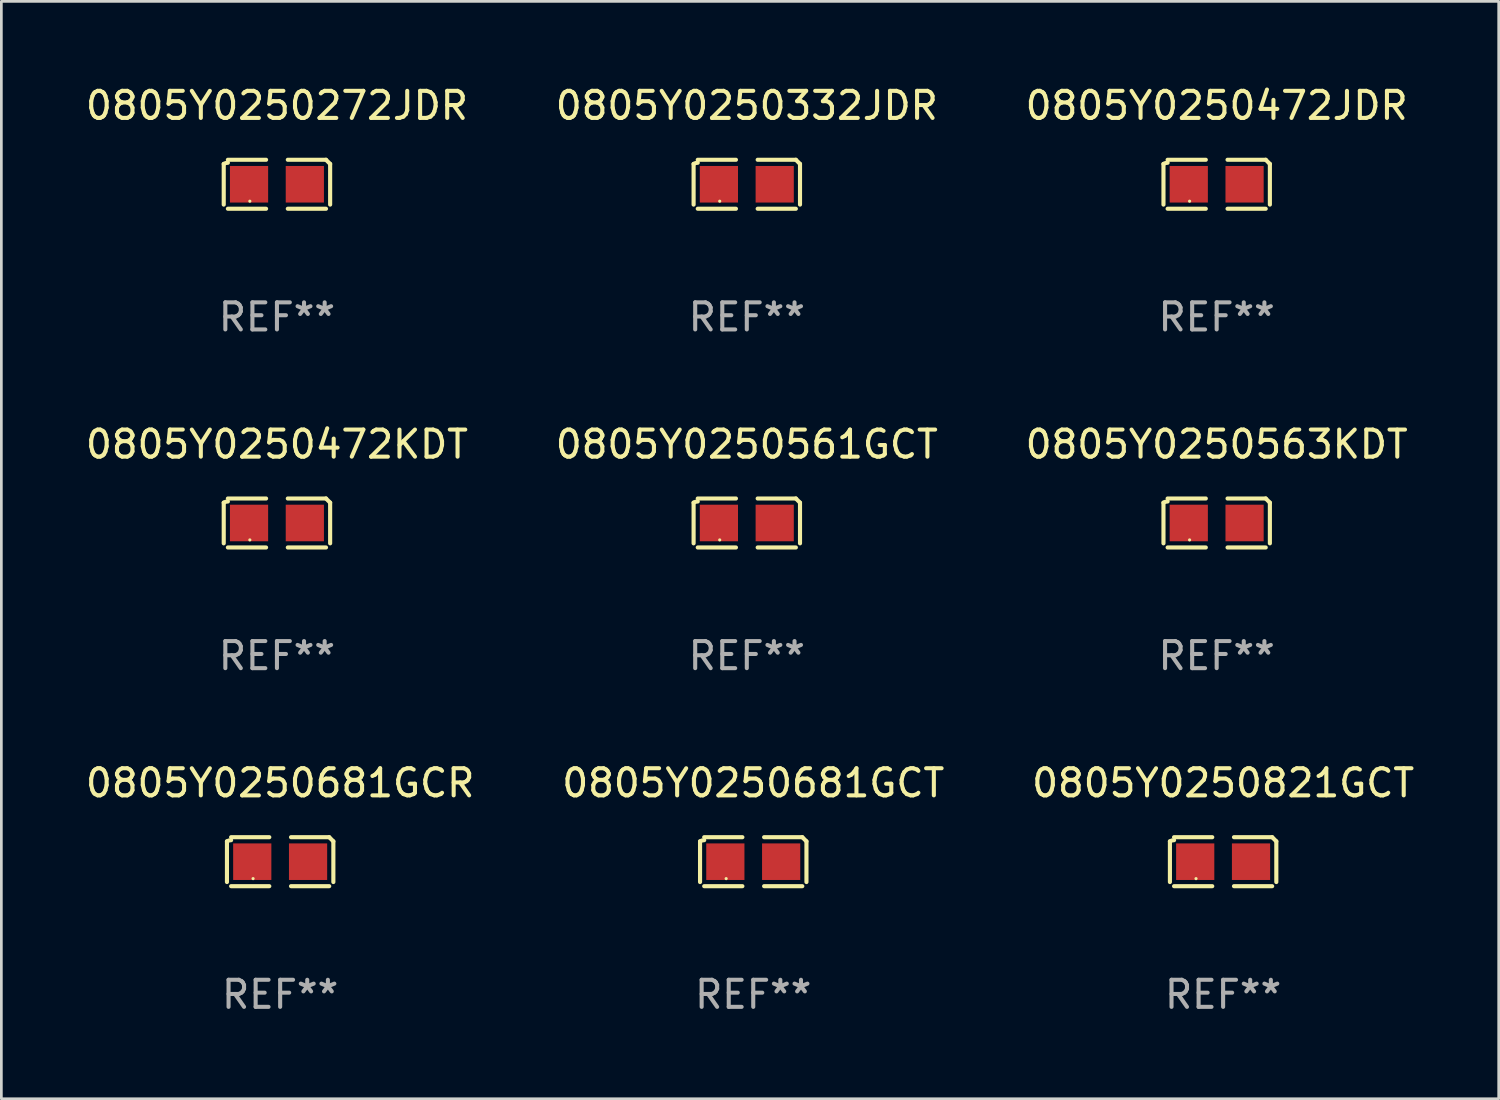
<source format=kicad_pcb>
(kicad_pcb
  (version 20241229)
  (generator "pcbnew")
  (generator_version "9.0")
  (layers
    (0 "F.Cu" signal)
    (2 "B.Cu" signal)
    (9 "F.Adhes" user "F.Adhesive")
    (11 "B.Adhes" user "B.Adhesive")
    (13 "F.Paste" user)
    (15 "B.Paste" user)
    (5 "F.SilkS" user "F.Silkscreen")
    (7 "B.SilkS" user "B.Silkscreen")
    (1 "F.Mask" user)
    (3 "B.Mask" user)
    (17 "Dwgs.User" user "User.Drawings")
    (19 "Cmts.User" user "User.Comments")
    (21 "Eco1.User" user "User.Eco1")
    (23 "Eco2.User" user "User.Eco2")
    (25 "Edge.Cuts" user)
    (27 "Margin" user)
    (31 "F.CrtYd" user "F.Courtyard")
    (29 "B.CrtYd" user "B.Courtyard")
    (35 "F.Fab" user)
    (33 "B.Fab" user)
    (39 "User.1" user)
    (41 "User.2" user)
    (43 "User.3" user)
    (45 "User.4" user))
  (footprint "0805Y0250272JDR"
    (layer "F.Cu")
    (at 7.173 3.752)
    (property "Reference" "0805Y0250272JDR" (at 0 -2.904 0) (layer "F.SilkS") (effects (font (size 1 1) (thickness 0.15))))
    (attr through_hole)
    (fp_line (start -1.964 0.751) (end -1.964 -0.751) (stroke (width 0.152) (type solid)) (layer "F.SilkS"))
    (fp_line (start -1.811 -0.904) (end -0.401 -0.904) (stroke (width 0.152) (type solid)) (layer "F.SilkS"))
    (fp_line (start -0.401 0.904) (end -1.811 0.904) (stroke (width 0.152) (type solid)) (layer "F.SilkS"))
    (fp_line (start 0.401 0.904) (end 1.811 0.904) (stroke (width 0.152) (type solid)) (layer "F.SilkS"))
    (fp_line (start 1.811 -0.904) (end 0.401 -0.904) (stroke (width 0.152) (type solid)) (layer "F.SilkS"))
    (fp_line (start 1.964 0.751) (end 1.964 -0.751) (stroke (width 0.152) (type solid)) (layer "F.SilkS"))
    (fp_arc (start -1.963602 -0.751207) (mid -1.890354 -0.783131) (end -1.811201 -0.794044) (stroke (width 0.1524) (type solid)) (layer "F.SilkS"))
    (fp_arc (start 1.811202 -0.903607) (mid 1.887413 -0.827418) (end 1.963602 -0.751207) (stroke (width 0.1524) (type solid)) (layer "F.SilkS"))
    (fp_circle (center -1 0.625) (end -0.97 0.625) (stroke (width 0.06) (type solid)) (fill no) (layer "F.SilkS"))
    (fp_text user "REF**" (at 0 4.904 0) (layer "F.Fab") (effects (font (size 1 1) (thickness 0.15))))
    (pad "1" smd rect (at -1.03 0) (size 1.41 1.35) (layers "F.Cu" "F.Mask" "F.Paste"))
    (pad "2" smd rect (at 1.03 0) (size 1.41 1.35) (layers "F.Cu" "F.Mask" "F.Paste")))
  (footprint "0805Y0250472JDR"
    (layer "F.Cu")
    (at 41.863 3.752)
    (property "Reference" "0805Y0250472JDR" (at 0 -2.904 0) (layer "F.SilkS") (effects (font (size 1 1) (thickness 0.15))))
    (attr through_hole)
    (fp_line (start -1.964 0.751) (end -1.964 -0.751) (stroke (width 0.152) (type solid)) (layer "F.SilkS"))
    (fp_line (start -1.811 -0.904) (end -0.401 -0.904) (stroke (width 0.152) (type solid)) (layer "F.SilkS"))
    (fp_line (start -0.401 0.904) (end -1.811 0.904) (stroke (width 0.152) (type solid)) (layer "F.SilkS"))
    (fp_line (start 0.401 0.904) (end 1.811 0.904) (stroke (width 0.152) (type solid)) (layer "F.SilkS"))
    (fp_line (start 1.811 -0.904) (end 0.401 -0.904) (stroke (width 0.152) (type solid)) (layer "F.SilkS"))
    (fp_line (start 1.964 0.751) (end 1.964 -0.751) (stroke (width 0.152) (type solid)) (layer "F.SilkS"))
    (fp_arc (start -1.963602 -0.751207) (mid -1.890354 -0.783131) (end -1.811201 -0.794044) (stroke (width 0.1524) (type solid)) (layer "F.SilkS"))
    (fp_arc (start 1.811202 -0.903607) (mid 1.887413 -0.827418) (end 1.963602 -0.751207) (stroke (width 0.1524) (type solid)) (layer "F.SilkS"))
    (fp_circle (center -1 0.625) (end -0.97 0.625) (stroke (width 0.06) (type solid)) (fill no) (layer "F.SilkS"))
    (fp_text user "REF**" (at 0 4.904 0) (layer "F.Fab") (effects (font (size 1 1) (thickness 0.15))))
    (pad "1" smd rect (at -1.03 0) (size 1.41 1.35) (layers "F.Cu" "F.Mask" "F.Paste"))
    (pad "2" smd rect (at 1.03 0) (size 1.41 1.35) (layers "F.Cu" "F.Mask" "F.Paste")))
  (footprint "0805Y0250821GCT"
    (layer "F.Cu")
    (at 42.101 28.759)
    (property "Reference" "0805Y0250821GCT" (at 0 -2.904 0) (layer "F.SilkS") (effects (font (size 1 1) (thickness 0.15))))
    (attr through_hole)
    (fp_line (start -1.964 0.751) (end -1.964 -0.751) (stroke (width 0.152) (type solid)) (layer "F.SilkS"))
    (fp_line (start -1.811 -0.904) (end -0.401 -0.904) (stroke (width 0.152) (type solid)) (layer "F.SilkS"))
    (fp_line (start -0.401 0.904) (end -1.811 0.904) (stroke (width 0.152) (type solid)) (layer "F.SilkS"))
    (fp_line (start 0.401 0.904) (end 1.811 0.904) (stroke (width 0.152) (type solid)) (layer "F.SilkS"))
    (fp_line (start 1.811 -0.904) (end 0.401 -0.904) (stroke (width 0.152) (type solid)) (layer "F.SilkS"))
    (fp_line (start 1.964 0.751) (end 1.964 -0.751) (stroke (width 0.152) (type solid)) (layer "F.SilkS"))
    (fp_arc (start -1.963602 -0.751207) (mid -1.890354 -0.783131) (end -1.811201 -0.794044) (stroke (width 0.1524) (type solid)) (layer "F.SilkS"))
    (fp_arc (start 1.811202 -0.903607) (mid 1.887413 -0.827418) (end 1.963602 -0.751207) (stroke (width 0.1524) (type solid)) (layer "F.SilkS"))
    (fp_circle (center -1 0.625) (end -0.97 0.625) (stroke (width 0.06) (type solid)) (fill no) (layer "F.SilkS"))
    (fp_text user "REF**" (at 0 4.904 0) (layer "F.Fab") (effects (font (size 1 1) (thickness 0.15))))
    (pad "1" smd rect (at -1.03 0) (size 1.41 1.35) (layers "F.Cu" "F.Mask" "F.Paste"))
    (pad "2" smd rect (at 1.03 0) (size 1.41 1.35) (layers "F.Cu" "F.Mask" "F.Paste")))
  (footprint "0805Y0250563KDT"
    (layer "F.Cu")
    (at 41.863 16.256)
    (property "Reference" "0805Y0250563KDT" (at 0 -2.904 0) (layer "F.SilkS") (effects (font (size 1 1) (thickness 0.15))))
    (attr through_hole)
    (fp_line (start -1.964 0.751) (end -1.964 -0.751) (stroke (width 0.152) (type solid)) (layer "F.SilkS"))
    (fp_line (start -1.811 -0.904) (end -0.401 -0.904) (stroke (width 0.152) (type solid)) (layer "F.SilkS"))
    (fp_line (start -0.401 0.904) (end -1.811 0.904) (stroke (width 0.152) (type solid)) (layer "F.SilkS"))
    (fp_line (start 0.401 0.904) (end 1.811 0.904) (stroke (width 0.152) (type solid)) (layer "F.SilkS"))
    (fp_line (start 1.811 -0.904) (end 0.401 -0.904) (stroke (width 0.152) (type solid)) (layer "F.SilkS"))
    (fp_line (start 1.964 0.751) (end 1.964 -0.751) (stroke (width 0.152) (type solid)) (layer "F.SilkS"))
    (fp_arc (start -1.963602 -0.751207) (mid -1.890354 -0.783131) (end -1.811201 -0.794044) (stroke (width 0.1524) (type solid)) (layer "F.SilkS"))
    (fp_arc (start 1.811202 -0.903607) (mid 1.887413 -0.827418) (end 1.963602 -0.751207) (stroke (width 0.1524) (type solid)) (layer "F.SilkS"))
    (fp_circle (center -1 0.625) (end -0.97 0.625) (stroke (width 0.06) (type solid)) (fill no) (layer "F.SilkS"))
    (fp_text user "REF**" (at 0 4.904 0) (layer "F.Fab") (effects (font (size 1 1) (thickness 0.15))))
    (pad "1" smd rect (at -1.03 0) (size 1.41 1.35) (layers "F.Cu" "F.Mask" "F.Paste"))
    (pad "2" smd rect (at 1.03 0) (size 1.41 1.35) (layers "F.Cu" "F.Mask" "F.Paste")))
  (footprint "0805Y0250681GCR"
    (layer "F.Cu")
    (at 7.292 28.759)
    (property "Reference" "0805Y0250681GCR" (at 0 -2.904 0) (layer "F.SilkS") (effects (font (size 1 1) (thickness 0.15))))
    (attr through_hole)
    (fp_line (start -1.964 0.751) (end -1.964 -0.751) (stroke (width 0.152) (type solid)) (layer "F.SilkS"))
    (fp_line (start -1.811 -0.904) (end -0.401 -0.904) (stroke (width 0.152) (type solid)) (layer "F.SilkS"))
    (fp_line (start -0.401 0.904) (end -1.811 0.904) (stroke (width 0.152) (type solid)) (layer "F.SilkS"))
    (fp_line (start 0.401 0.904) (end 1.811 0.904) (stroke (width 0.152) (type solid)) (layer "F.SilkS"))
    (fp_line (start 1.811 -0.904) (end 0.401 -0.904) (stroke (width 0.152) (type solid)) (layer "F.SilkS"))
    (fp_line (start 1.964 0.751) (end 1.964 -0.751) (stroke (width 0.152) (type solid)) (layer "F.SilkS"))
    (fp_arc (start -1.963602 -0.751207) (mid -1.890354 -0.783131) (end -1.811201 -0.794044) (stroke (width 0.1524) (type solid)) (layer "F.SilkS"))
    (fp_arc (start 1.811202 -0.903607) (mid 1.887413 -0.827418) (end 1.963602 -0.751207) (stroke (width 0.1524) (type solid)) (layer "F.SilkS"))
    (fp_circle (center -1 0.625) (end -0.97 0.625) (stroke (width 0.06) (type solid)) (fill no) (layer "F.SilkS"))
    (fp_text user "REF**" (at 0 4.904 0) (layer "F.Fab") (effects (font (size 1 1) (thickness 0.15))))
    (pad "1" smd rect (at -1.03 0) (size 1.41 1.35) (layers "F.Cu" "F.Mask" "F.Paste"))
    (pad "2" smd rect (at 1.03 0) (size 1.41 1.35) (layers "F.Cu" "F.Mask" "F.Paste")))
  (footprint "0805Y0250561GCT"
    (layer "F.Cu")
    (at 24.518 16.256)
    (property "Reference" "0805Y0250561GCT" (at 0 -2.904 0) (layer "F.SilkS") (effects (font (size 1 1) (thickness 0.15))))
    (attr through_hole)
    (fp_line (start -1.964 0.751) (end -1.964 -0.751) (stroke (width 0.152) (type solid)) (layer "F.SilkS"))
    (fp_line (start -1.811 -0.904) (end -0.401 -0.904) (stroke (width 0.152) (type solid)) (layer "F.SilkS"))
    (fp_line (start -0.401 0.904) (end -1.811 0.904) (stroke (width 0.152) (type solid)) (layer "F.SilkS"))
    (fp_line (start 0.401 0.904) (end 1.811 0.904) (stroke (width 0.152) (type solid)) (layer "F.SilkS"))
    (fp_line (start 1.811 -0.904) (end 0.401 -0.904) (stroke (width 0.152) (type solid)) (layer "F.SilkS"))
    (fp_line (start 1.964 0.751) (end 1.964 -0.751) (stroke (width 0.152) (type solid)) (layer "F.SilkS"))
    (fp_arc (start -1.963602 -0.751207) (mid -1.890354 -0.783131) (end -1.811201 -0.794044) (stroke (width 0.1524) (type solid)) (layer "F.SilkS"))
    (fp_arc (start 1.811202 -0.903607) (mid 1.887413 -0.827418) (end 1.963602 -0.751207) (stroke (width 0.1524) (type solid)) (layer "F.SilkS"))
    (fp_circle (center -1 0.625) (end -0.97 0.625) (stroke (width 0.06) (type solid)) (fill no) (layer "F.SilkS"))
    (fp_text user "REF**" (at 0 4.904 0) (layer "F.Fab") (effects (font (size 1 1) (thickness 0.15))))
    (pad "1" smd rect (at -1.03 0) (size 1.41 1.35) (layers "F.Cu" "F.Mask" "F.Paste"))
    (pad "2" smd rect (at 1.03 0) (size 1.41 1.35) (layers "F.Cu" "F.Mask" "F.Paste")))
  (footprint "0805Y0250681GCT"
    (layer "F.Cu")
    (at 24.756 28.759)
    (property "Reference" "0805Y0250681GCT" (at 0 -2.904 0) (layer "F.SilkS") (effects (font (size 1 1) (thickness 0.15))))
    (attr through_hole)
    (fp_line (start -1.964 0.751) (end -1.964 -0.751) (stroke (width 0.152) (type solid)) (layer "F.SilkS"))
    (fp_line (start -1.811 -0.904) (end -0.401 -0.904) (stroke (width 0.152) (type solid)) (layer "F.SilkS"))
    (fp_line (start -0.401 0.904) (end -1.811 0.904) (stroke (width 0.152) (type solid)) (layer "F.SilkS"))
    (fp_line (start 0.401 0.904) (end 1.811 0.904) (stroke (width 0.152) (type solid)) (layer "F.SilkS"))
    (fp_line (start 1.811 -0.904) (end 0.401 -0.904) (stroke (width 0.152) (type solid)) (layer "F.SilkS"))
    (fp_line (start 1.964 0.751) (end 1.964 -0.751) (stroke (width 0.152) (type solid)) (layer "F.SilkS"))
    (fp_arc (start -1.963602 -0.751207) (mid -1.890354 -0.783131) (end -1.811201 -0.794044) (stroke (width 0.1524) (type solid)) (layer "F.SilkS"))
    (fp_arc (start 1.811202 -0.903607) (mid 1.887413 -0.827418) (end 1.963602 -0.751207) (stroke (width 0.1524) (type solid)) (layer "F.SilkS"))
    (fp_circle (center -1 0.625) (end -0.97 0.625) (stroke (width 0.06) (type solid)) (fill no) (layer "F.SilkS"))
    (fp_text user "REF**" (at 0 4.904 0) (layer "F.Fab") (effects (font (size 1 1) (thickness 0.15))))
    (pad "1" smd rect (at -1.03 0) (size 1.41 1.35) (layers "F.Cu" "F.Mask" "F.Paste"))
    (pad "2" smd rect (at 1.03 0) (size 1.41 1.35) (layers "F.Cu" "F.Mask" "F.Paste")))
  (footprint "0805Y0250472KDT"
    (layer "F.Cu")
    (at 7.173 16.256)
    (property "Reference" "0805Y0250472KDT" (at 0 -2.904 0) (layer "F.SilkS") (effects (font (size 1 1) (thickness 0.15))))
    (attr through_hole)
    (fp_line (start -1.964 0.751) (end -1.964 -0.751) (stroke (width 0.152) (type solid)) (layer "F.SilkS"))
    (fp_line (start -1.811 -0.904) (end -0.401 -0.904) (stroke (width 0.152) (type solid)) (layer "F.SilkS"))
    (fp_line (start -0.401 0.904) (end -1.811 0.904) (stroke (width 0.152) (type solid)) (layer "F.SilkS"))
    (fp_line (start 0.401 0.904) (end 1.811 0.904) (stroke (width 0.152) (type solid)) (layer "F.SilkS"))
    (fp_line (start 1.811 -0.904) (end 0.401 -0.904) (stroke (width 0.152) (type solid)) (layer "F.SilkS"))
    (fp_line (start 1.964 0.751) (end 1.964 -0.751) (stroke (width 0.152) (type solid)) (layer "F.SilkS"))
    (fp_arc (start -1.963602 -0.751207) (mid -1.890354 -0.783131) (end -1.811201 -0.794044) (stroke (width 0.1524) (type solid)) (layer "F.SilkS"))
    (fp_arc (start 1.811202 -0.903607) (mid 1.887413 -0.827418) (end 1.963602 -0.751207) (stroke (width 0.1524) (type solid)) (layer "F.SilkS"))
    (fp_circle (center -1 0.625) (end -0.97 0.625) (stroke (width 0.06) (type solid)) (fill no) (layer "F.SilkS"))
    (fp_text user "REF**" (at 0 4.904 0) (layer "F.Fab") (effects (font (size 1 1) (thickness 0.15))))
    (pad "1" smd rect (at -1.03 0) (size 1.41 1.35) (layers "F.Cu" "F.Mask" "F.Paste"))
    (pad "2" smd rect (at 1.03 0) (size 1.41 1.35) (layers "F.Cu" "F.Mask" "F.Paste")))
  (footprint "0805Y0250332JDR"
    (layer "F.Cu")
    (at 24.518 3.752)
    (property "Reference" "0805Y0250332JDR" (at 0 -2.904 0) (layer "F.SilkS") (effects (font (size 1 1) (thickness 0.15))))
    (attr through_hole)
    (fp_line (start -1.964 0.751) (end -1.964 -0.751) (stroke (width 0.152) (type solid)) (layer "F.SilkS"))
    (fp_line (start -1.811 -0.904) (end -0.401 -0.904) (stroke (width 0.152) (type solid)) (layer "F.SilkS"))
    (fp_line (start -0.401 0.904) (end -1.811 0.904) (stroke (width 0.152) (type solid)) (layer "F.SilkS"))
    (fp_line (start 0.401 0.904) (end 1.811 0.904) (stroke (width 0.152) (type solid)) (layer "F.SilkS"))
    (fp_line (start 1.811 -0.904) (end 0.401 -0.904) (stroke (width 0.152) (type solid)) (layer "F.SilkS"))
    (fp_line (start 1.964 0.751) (end 1.964 -0.751) (stroke (width 0.152) (type solid)) (layer "F.SilkS"))
    (fp_arc (start -1.963602 -0.751207) (mid -1.890354 -0.783131) (end -1.811201 -0.794044) (stroke (width 0.1524) (type solid)) (layer "F.SilkS"))
    (fp_arc (start 1.811202 -0.903607) (mid 1.887413 -0.827418) (end 1.963602 -0.751207) (stroke (width 0.1524) (type solid)) (layer "F.SilkS"))
    (fp_circle (center -1 0.625) (end -0.97 0.625) (stroke (width 0.06) (type solid)) (fill no) (layer "F.SilkS"))
    (fp_text user "REF**" (at 0 4.904 0) (layer "F.Fab") (effects (font (size 1 1) (thickness 0.15))))
    (pad "1" smd rect (at -1.03 0) (size 1.41 1.35) (layers "F.Cu" "F.Mask" "F.Paste"))
    (pad "2" smd rect (at 1.03 0) (size 1.41 1.35) (layers "F.Cu" "F.Mask" "F.Paste")))
  (gr_rect
    (start -3 -3)
    (end 52.274 37.511)
    (stroke (width 0.1) (type default))
    (fill no)
    (layer "Edge.Cuts")))
</source>
